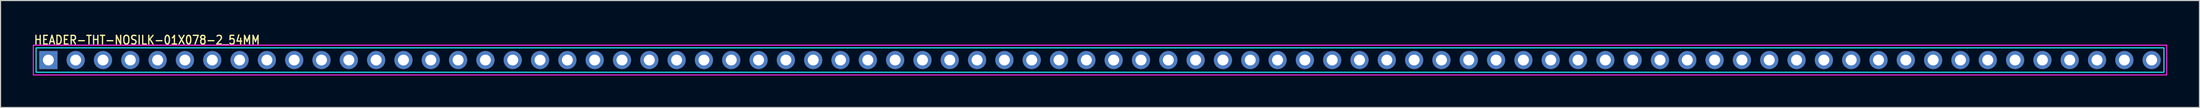
<source format=kicad_pcb>
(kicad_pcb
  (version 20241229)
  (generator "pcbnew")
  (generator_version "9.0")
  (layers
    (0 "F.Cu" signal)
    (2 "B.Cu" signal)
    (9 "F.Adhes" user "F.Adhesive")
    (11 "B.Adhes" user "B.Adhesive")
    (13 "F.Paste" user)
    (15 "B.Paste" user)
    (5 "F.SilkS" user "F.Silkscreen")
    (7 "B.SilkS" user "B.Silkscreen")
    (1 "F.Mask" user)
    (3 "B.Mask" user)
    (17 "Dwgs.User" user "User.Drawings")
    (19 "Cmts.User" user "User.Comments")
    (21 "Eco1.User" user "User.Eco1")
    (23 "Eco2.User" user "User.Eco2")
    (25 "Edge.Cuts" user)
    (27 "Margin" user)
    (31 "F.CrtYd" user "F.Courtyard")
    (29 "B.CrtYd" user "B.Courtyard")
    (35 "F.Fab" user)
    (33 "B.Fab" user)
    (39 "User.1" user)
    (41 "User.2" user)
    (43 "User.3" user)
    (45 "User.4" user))
  (footprint "HEADER-THT-NOSILK-01X078-2_54MM"
    (layer "F.Cu")
    (at 1.447 2.579)
    (property "Reference" "HEADER-THT-NOSILK-01X078-2_54MM" (at -1.4 -1.4 0) (unlocked yes) (layer "F.SilkS") (effects (font (size 0.813 0.695) (thickness 0.122)) (justify left bottom)))
    (fp_poly (pts (xy -1.143 -1.143) (xy 196.723 -1.143) (xy 196.723 1.143) (xy -1.143 1.143)) (stroke (width 0.1) (type solid)) (fill no) (layer "B.CrtYd"))
    (fp_poly (pts (xy -1.397 -1.397) (xy 196.977 -1.397) (xy 196.977 1.397) (xy -1.397 1.397)) (stroke (width 0.1) (type solid)) (fill no) (layer "F.CrtYd"))
    (pad "1" thru_hole rect (at 0 0) (size 1.693 1.693) (drill 1.016) (layers "*.Cu" "*.Mask"))
    (pad "2" thru_hole oval (at 2.54 0) (size 1.693 1.693) (drill 1.016) (layers "*.Cu" "*.Mask"))
    (pad "3" thru_hole oval (at 5.08 0) (size 1.693 1.693) (drill 1.016) (layers "*.Cu" "*.Mask"))
    (pad "4" thru_hole oval (at 7.62 0) (size 1.693 1.693) (drill 1.016) (layers "*.Cu" "*.Mask"))
    (pad "5" thru_hole oval (at 10.16 0) (size 1.693 1.693) (drill 1.016) (layers "*.Cu" "*.Mask"))
    (pad "6" thru_hole oval (at 12.7 0) (size 1.693 1.693) (drill 1.016) (layers "*.Cu" "*.Mask"))
    (pad "7" thru_hole oval (at 15.24 0) (size 1.693 1.693) (drill 1.016) (layers "*.Cu" "*.Mask"))
    (pad "8" thru_hole oval (at 17.78 0) (size 1.693 1.693) (drill 1.016) (layers "*.Cu" "*.Mask"))
    (pad "9" thru_hole oval (at 20.32 0) (size 1.693 1.693) (drill 1.016) (layers "*.Cu" "*.Mask"))
    (pad "10" thru_hole oval (at 22.86 0) (size 1.693 1.693) (drill 1.016) (layers "*.Cu" "*.Mask"))
    (pad "11" thru_hole oval (at 25.4 0) (size 1.693 1.693) (drill 1.016) (layers "*.Cu" "*.Mask"))
    (pad "12" thru_hole oval (at 27.94 0) (size 1.693 1.693) (drill 1.016) (layers "*.Cu" "*.Mask"))
    (pad "13" thru_hole oval (at 30.48 0) (size 1.693 1.693) (drill 1.016) (layers "*.Cu" "*.Mask"))
    (pad "14" thru_hole oval (at 33.02 0) (size 1.693 1.693) (drill 1.016) (layers "*.Cu" "*.Mask"))
    (pad "15" thru_hole oval (at 35.56 0) (size 1.693 1.693) (drill 1.016) (layers "*.Cu" "*.Mask"))
    (pad "16" thru_hole oval (at 38.1 0) (size 1.693 1.693) (drill 1.016) (layers "*.Cu" "*.Mask"))
    (pad "17" thru_hole oval (at 40.64 0) (size 1.693 1.693) (drill 1.016) (layers "*.Cu" "*.Mask"))
    (pad "18" thru_hole oval (at 43.18 0) (size 1.693 1.693) (drill 1.016) (layers "*.Cu" "*.Mask"))
    (pad "19" thru_hole oval (at 45.72 0) (size 1.693 1.693) (drill 1.016) (layers "*.Cu" "*.Mask"))
    (pad "20" thru_hole oval (at 48.26 0) (size 1.693 1.693) (drill 1.016) (layers "*.Cu" "*.Mask"))
    (pad "21" thru_hole oval (at 50.8 0) (size 1.693 1.693) (drill 1.016) (layers "*.Cu" "*.Mask"))
    (pad "22" thru_hole oval (at 53.34 0) (size 1.693 1.693) (drill 1.016) (layers "*.Cu" "*.Mask"))
    (pad "23" thru_hole oval (at 55.88 0) (size 1.693 1.693) (drill 1.016) (layers "*.Cu" "*.Mask"))
    (pad "24" thru_hole oval (at 58.42 0) (size 1.693 1.693) (drill 1.016) (layers "*.Cu" "*.Mask"))
    (pad "25" thru_hole oval (at 60.96 0) (size 1.693 1.693) (drill 1.016) (layers "*.Cu" "*.Mask"))
    (pad "26" thru_hole oval (at 63.5 0) (size 1.693 1.693) (drill 1.016) (layers "*.Cu" "*.Mask"))
    (pad "27" thru_hole oval (at 66.04 0) (size 1.693 1.693) (drill 1.016) (layers "*.Cu" "*.Mask"))
    (pad "28" thru_hole oval (at 68.58 0) (size 1.693 1.693) (drill 1.016) (layers "*.Cu" "*.Mask"))
    (pad "29" thru_hole oval (at 71.12 0) (size 1.693 1.693) (drill 1.016) (layers "*.Cu" "*.Mask"))
    (pad "30" thru_hole oval (at 73.66 0) (size 1.693 1.693) (drill 1.016) (layers "*.Cu" "*.Mask"))
    (pad "31" thru_hole oval (at 76.2 0) (size 1.693 1.693) (drill 1.016) (layers "*.Cu" "*.Mask"))
    (pad "32" thru_hole oval (at 78.74 0) (size 1.693 1.693) (drill 1.016) (layers "*.Cu" "*.Mask"))
    (pad "33" thru_hole oval (at 81.28 0) (size 1.693 1.693) (drill 1.016) (layers "*.Cu" "*.Mask"))
    (pad "34" thru_hole oval (at 83.82 0) (size 1.693 1.693) (drill 1.016) (layers "*.Cu" "*.Mask"))
    (pad "35" thru_hole oval (at 86.36 0) (size 1.693 1.693) (drill 1.016) (layers "*.Cu" "*.Mask"))
    (pad "36" thru_hole oval (at 88.9 0) (size 1.693 1.693) (drill 1.016) (layers "*.Cu" "*.Mask"))
    (pad "37" thru_hole oval (at 91.44 0) (size 1.693 1.693) (drill 1.016) (layers "*.Cu" "*.Mask"))
    (pad "38" thru_hole oval (at 93.98 0) (size 1.693 1.693) (drill 1.016) (layers "*.Cu" "*.Mask"))
    (pad "39" thru_hole oval (at 96.52 0) (size 1.693 1.693) (drill 1.016) (layers "*.Cu" "*.Mask"))
    (pad "40" thru_hole oval (at 99.06 0) (size 1.693 1.693) (drill 1.016) (layers "*.Cu" "*.Mask"))
    (pad "41" thru_hole oval (at 101.6 0) (size 1.693 1.693) (drill 1.016) (layers "*.Cu" "*.Mask"))
    (pad "42" thru_hole oval (at 104.14 0) (size 1.693 1.693) (drill 1.016) (layers "*.Cu" "*.Mask"))
    (pad "43" thru_hole oval (at 106.68 0) (size 1.693 1.693) (drill 1.016) (layers "*.Cu" "*.Mask"))
    (pad "44" thru_hole oval (at 109.22 0) (size 1.693 1.693) (drill 1.016) (layers "*.Cu" "*.Mask"))
    (pad "45" thru_hole oval (at 111.76 0) (size 1.693 1.693) (drill 1.016) (layers "*.Cu" "*.Mask"))
    (pad "46" thru_hole oval (at 114.3 0) (size 1.693 1.693) (drill 1.016) (layers "*.Cu" "*.Mask"))
    (pad "47" thru_hole oval (at 116.84 0) (size 1.693 1.693) (drill 1.016) (layers "*.Cu" "*.Mask"))
    (pad "48" thru_hole oval (at 119.38 0) (size 1.693 1.693) (drill 1.016) (layers "*.Cu" "*.Mask"))
    (pad "49" thru_hole oval (at 121.92 0) (size 1.693 1.693) (drill 1.016) (layers "*.Cu" "*.Mask"))
    (pad "50" thru_hole oval (at 124.46 0) (size 1.693 1.693) (drill 1.016) (layers "*.Cu" "*.Mask"))
    (pad "51" thru_hole oval (at 127 0) (size 1.693 1.693) (drill 1.016) (layers "*.Cu" "*.Mask"))
    (pad "52" thru_hole oval (at 129.54 0) (size 1.693 1.693) (drill 1.016) (layers "*.Cu" "*.Mask"))
    (pad "53" thru_hole oval (at 132.08 0) (size 1.693 1.693) (drill 1.016) (layers "*.Cu" "*.Mask"))
    (pad "54" thru_hole oval (at 134.62 0) (size 1.693 1.693) (drill 1.016) (layers "*.Cu" "*.Mask"))
    (pad "55" thru_hole oval (at 137.16 0) (size 1.693 1.693) (drill 1.016) (layers "*.Cu" "*.Mask"))
    (pad "56" thru_hole oval (at 139.7 0) (size 1.693 1.693) (drill 1.016) (layers "*.Cu" "*.Mask"))
    (pad "57" thru_hole oval (at 142.24 0) (size 1.693 1.693) (drill 1.016) (layers "*.Cu" "*.Mask"))
    (pad "58" thru_hole oval (at 144.78 0) (size 1.693 1.693) (drill 1.016) (layers "*.Cu" "*.Mask"))
    (pad "59" thru_hole oval (at 147.32 0) (size 1.693 1.693) (drill 1.016) (layers "*.Cu" "*.Mask"))
    (pad "60" thru_hole oval (at 149.86 0) (size 1.693 1.693) (drill 1.016) (layers "*.Cu" "*.Mask"))
    (pad "61" thru_hole oval (at 152.4 0) (size 1.693 1.693) (drill 1.016) (layers "*.Cu" "*.Mask"))
    (pad "62" thru_hole oval (at 154.94 0) (size 1.693 1.693) (drill 1.016) (layers "*.Cu" "*.Mask"))
    (pad "63" thru_hole oval (at 157.48 0) (size 1.693 1.693) (drill 1.016) (layers "*.Cu" "*.Mask"))
    (pad "64" thru_hole oval (at 160.02 0) (size 1.693 1.693) (drill 1.016) (layers "*.Cu" "*.Mask"))
    (pad "65" thru_hole oval (at 162.56 0) (size 1.693 1.693) (drill 1.016) (layers "*.Cu" "*.Mask"))
    (pad "66" thru_hole oval (at 165.1 0) (size 1.693 1.693) (drill 1.016) (layers "*.Cu" "*.Mask"))
    (pad "67" thru_hole oval (at 167.64 0) (size 1.693 1.693) (drill 1.016) (layers "*.Cu" "*.Mask"))
    (pad "68" thru_hole oval (at 170.18 0) (size 1.693 1.693) (drill 1.016) (layers "*.Cu" "*.Mask"))
    (pad "69" thru_hole oval (at 172.72 0) (size 1.693 1.693) (drill 1.016) (layers "*.Cu" "*.Mask"))
    (pad "70" thru_hole oval (at 175.26 0) (size 1.693 1.693) (drill 1.016) (layers "*.Cu" "*.Mask"))
    (pad "71" thru_hole oval (at 177.8 0) (size 1.693 1.693) (drill 1.016) (layers "*.Cu" "*.Mask"))
    (pad "72" thru_hole oval (at 180.34 0) (size 1.693 1.693) (drill 1.016) (layers "*.Cu" "*.Mask"))
    (pad "73" thru_hole oval (at 182.88 0) (size 1.693 1.693) (drill 1.016) (layers "*.Cu" "*.Mask"))
    (pad "74" thru_hole oval (at 185.42 0) (size 1.693 1.693) (drill 1.016) (layers "*.Cu" "*.Mask"))
    (pad "75" thru_hole oval (at 187.96 0) (size 1.693 1.693) (drill 1.016) (layers "*.Cu" "*.Mask"))
    (pad "76" thru_hole oval (at 190.5 0) (size 1.693 1.693) (drill 1.016) (layers "*.Cu" "*.Mask"))
    (pad "77" thru_hole oval (at 193.04 0) (size 1.693 1.693) (drill 1.016) (layers "*.Cu" "*.Mask"))
    (pad "78" thru_hole oval (at 195.58 0) (size 1.693 1.693) (drill 1.016) (layers "*.Cu" "*.Mask")))
  (gr_rect
    (start -3 -3)
    (end 201.474 7.026)
    (stroke (width 0.1) (type default))
    (fill no)
    (layer "Edge.Cuts")))
</source>
